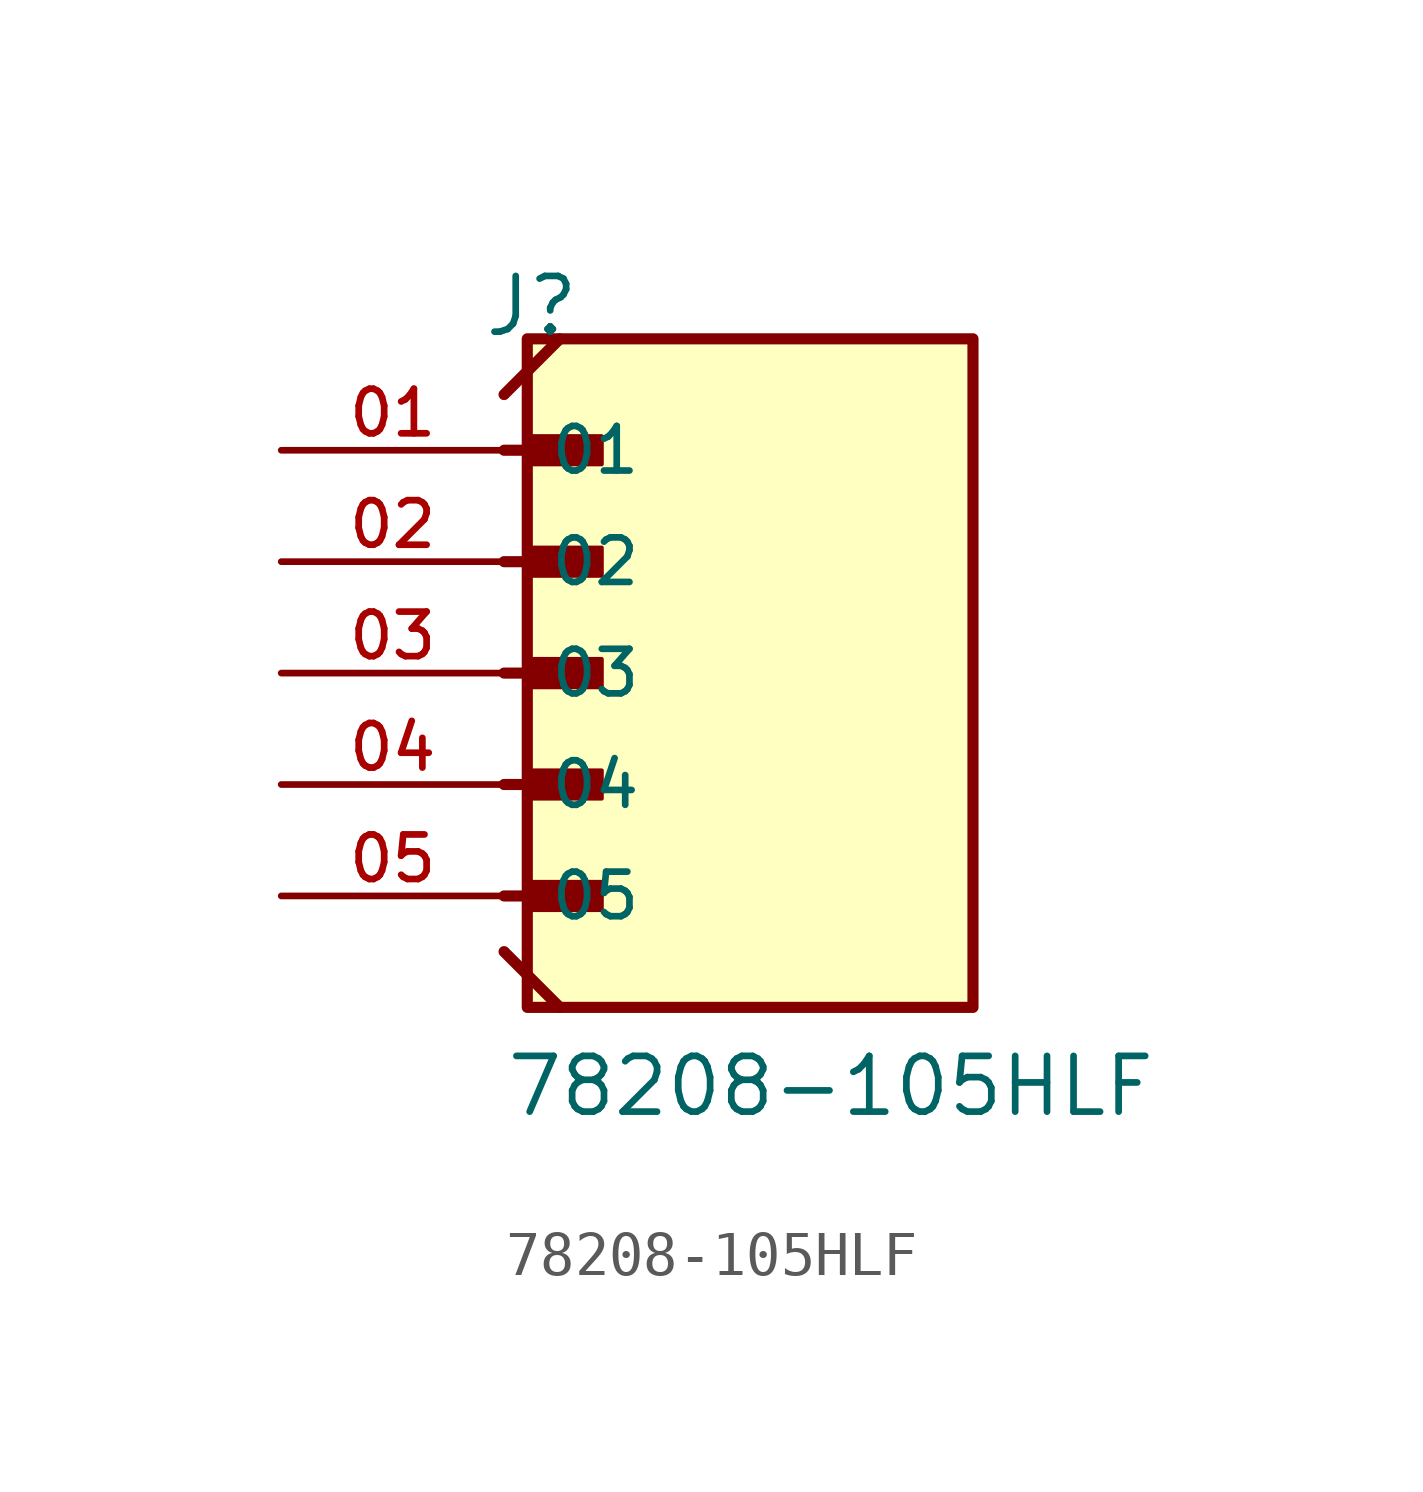
<source format=kicad_sym>
(kicad_symbol_lib
  (version 20220914)
  (generator kicad_symbol_editor)
  (symbol "78208-105HLF"
    (pin_names
      (offset 1.016))
    (property "Reference" "J"
      (at -5.58 7.62 0)
      (effects (font (size 1.27 1.27)) (justify left bottom)))
    (property "Value" "78208-105HLF"
      (at -5.08 -10.16 0)
      (effects (font (size 1.27 1.27)) (justify left bottom)))
    (symbol "78208-105HLF_0_0"
      (rectangle (start -4.551 -7.62) (end 5.609 7.62) (stroke (width 0.254) (type default)) (fill (type background)))
      (rectangle (start -4.445 -5.397) (end -2.857 -4.763) (stroke (width 0.1) (type default)) (fill (type outline)))
      (rectangle (start -4.445 -2.857) (end -2.857 -2.223) (stroke (width 0.1) (type default)) (fill (type outline)))
      (rectangle (start -4.445 -0.318) (end -2.857 0.318) (stroke (width 0.1) (type default)) (fill (type outline)))
      (rectangle (start -4.445 2.223) (end -2.857 2.857) (stroke (width 0.1) (type default)) (fill (type outline)))
      (rectangle (start -4.445 4.763) (end -2.857 5.397) (stroke (width 0.1) (type default)) (fill (type outline)))
      (polyline (pts (xy -5.08 -6.35) (xy -3.81 -7.62)) (stroke (width 0.254) (type default)) (fill (type none)))
      (polyline (pts (xy -5.08 -5.08) (xy -3.175 -5.08)) (stroke (width 0.254) (type default)) (fill (type none)))
      (polyline (pts (xy -5.08 -2.54) (xy -3.175 -2.54)) (stroke (width 0.254) (type default)) (fill (type none)))
      (polyline (pts (xy -5.08 0) (xy -3.175 0)) (stroke (width 0.254) (type default)) (fill (type none)))
      (polyline (pts (xy -5.08 2.54) (xy -3.175 2.54)) (stroke (width 0.254) (type default)) (fill (type none)))
      (polyline (pts (xy -5.08 5.08) (xy -3.175 5.08)) (stroke (width 0.254) (type default)) (fill (type none)))
      (polyline (pts (xy -5.08 6.35) (xy -3.81 7.62)) (stroke (width 0.254) (type default)) (fill (type none)))
      (pin passive line (at -10.16 5.08 0) (length 5.08) (name "01" (effects (font (size 1.016 1.016)))) (number "01" (effects (font (size 1.016 1.016)))))
      (pin passive line (at -10.16 2.54 0) (length 5.08) (name "02" (effects (font (size 1.016 1.016)))) (number "02" (effects (font (size 1.016 1.016)))))
      (pin passive line (at -10.16 0 0) (length 5.08) (name "03" (effects (font (size 1.016 1.016)))) (number "03" (effects (font (size 1.016 1.016)))))
      (pin passive line (at -10.16 -2.54 0) (length 5.08) (name "04" (effects (font (size 1.016 1.016)))) (number "04" (effects (font (size 1.016 1.016)))))
      (pin passive line (at -10.16 -5.08 0) (length 5.08) (name "05" (effects (font (size 1.016 1.016)))) (number "05" (effects (font (size 1.016 1.016))))))))
</source>
